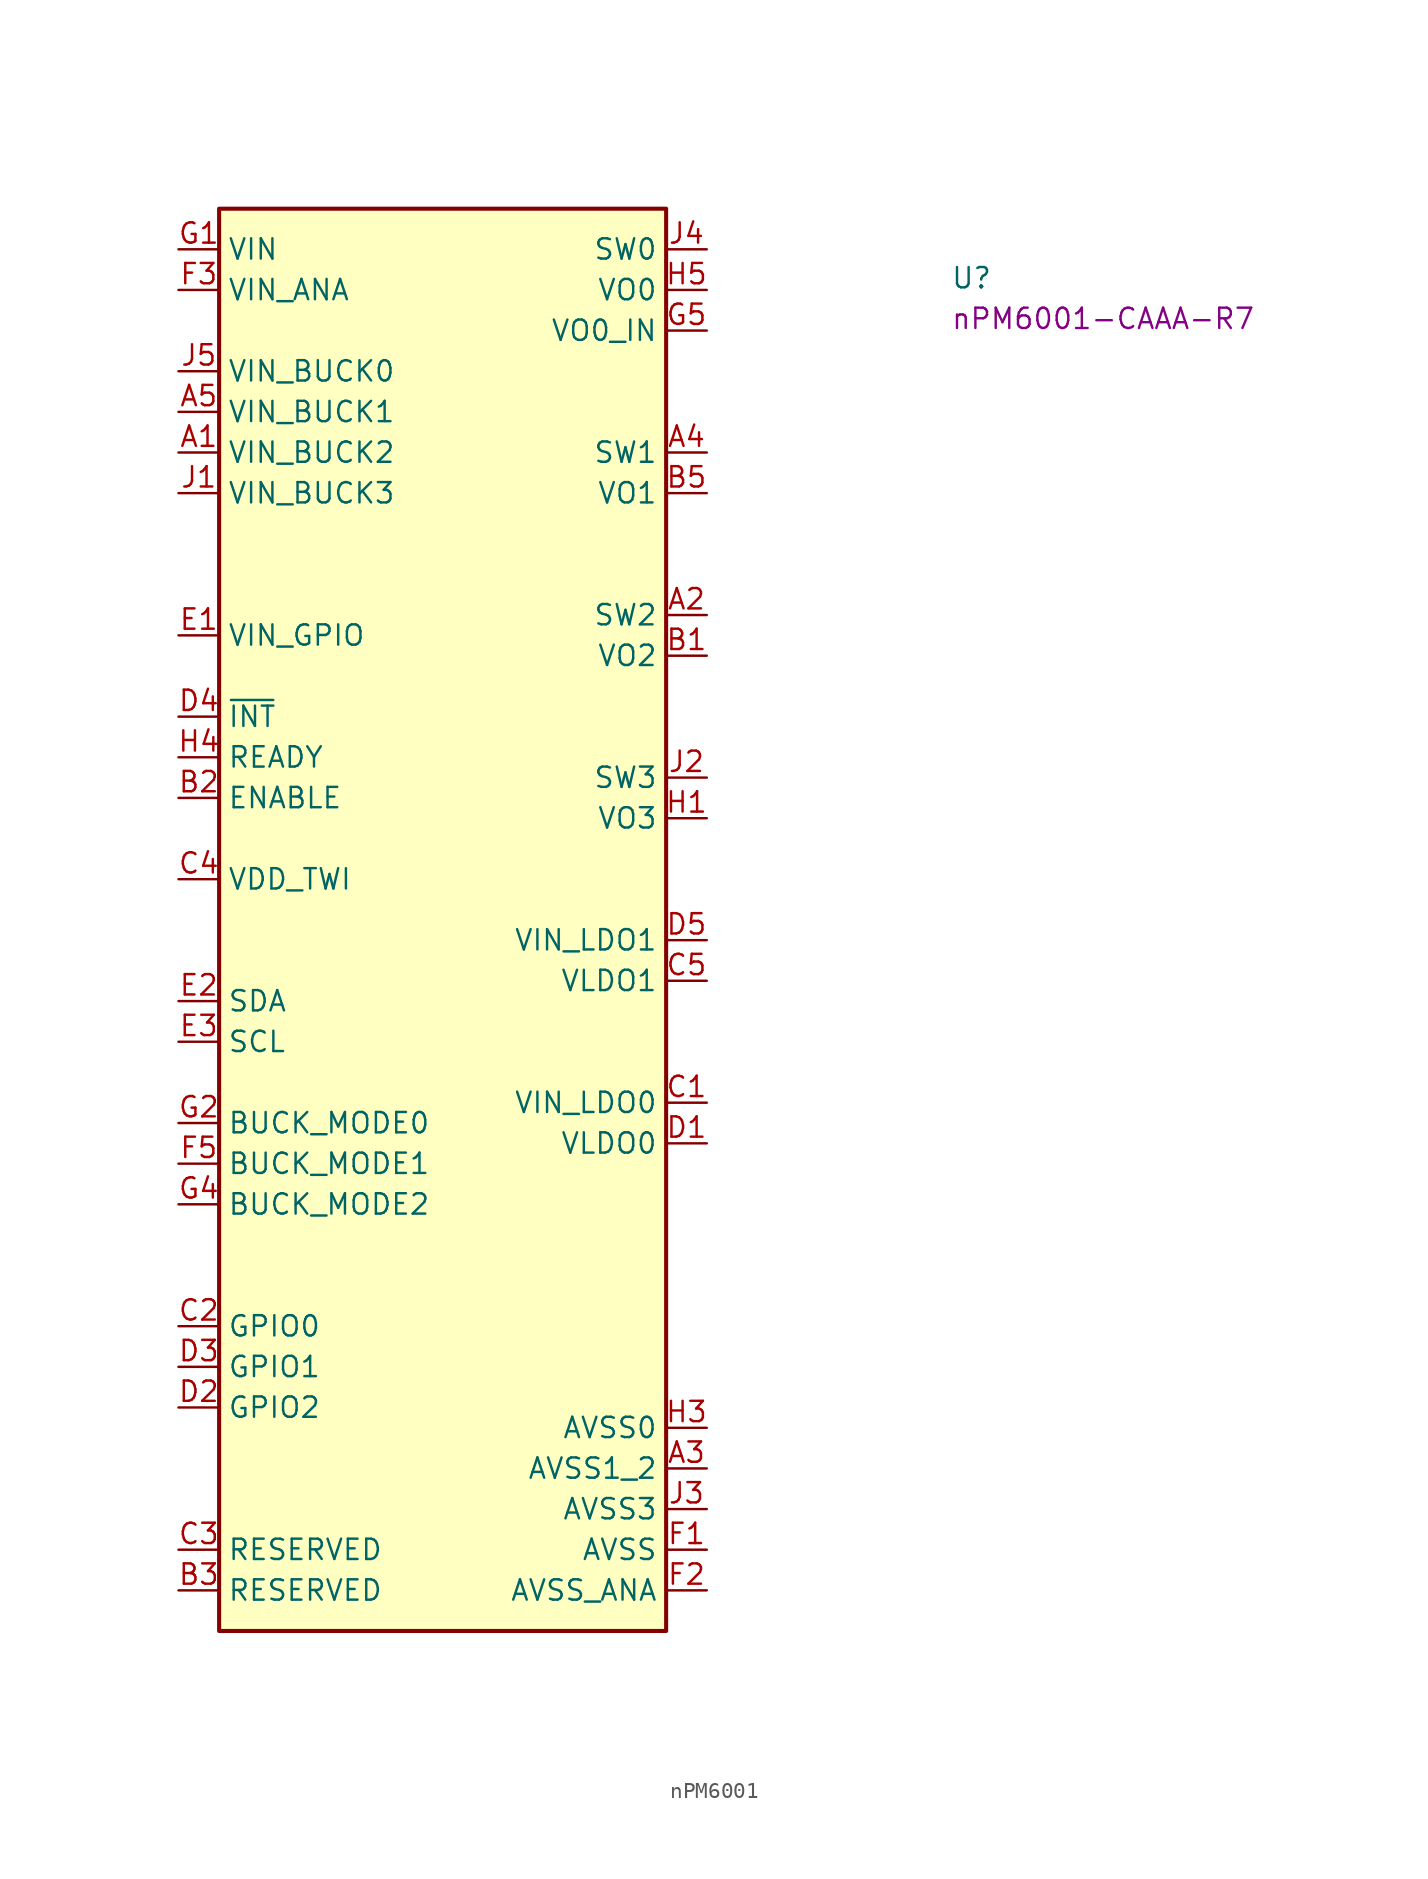
<source format=kicad_sym>
(kicad_symbol_lib
  (version 20220914)
  (generator kicad_symbol_editor)
  (symbol "nPM6001"
    (property "Reference" "U"
      (at 48.26 -2.54 0)
      (effects (font (size 1.27 1.27) (thickness 0.15)) (justify left bottom)))
    (property "MPN" "nPM6001-CAAA-R7"
      (at 48.26 -5.08 0)
      (effects (font (size 1.27 1.27) (thickness 0.15)) (justify left bottom)))
    (symbol "nPM6001_1_1"
      (rectangle (start 2.54 2.54) (end 30.48 -86.36) (stroke (width 0.254) (type default)) (fill (type background)))
      (pin power_in line (at 0 -12.7 0) (length 2.54) (name "VIN_BUCK2" (effects (font (size 1.27 1.27)))) (number "A1" (effects (font (size 1.27 1.27)))))
      (pin passive line (at 33.02 -22.86 180) (length 2.54) (name "SW2" (effects (font (size 1.27 1.27)))) (number "A2" (effects (font (size 1.27 1.27)))))
      (pin power_in line (at 33.02 -76.2 180) (length 2.54) (name "AVSS1_2" (effects (font (size 1.27 1.27)))) (number "A3" (effects (font (size 1.27 1.27)))))
      (pin passive line (at 33.02 -12.7 180) (length 2.54) (name "SW1" (effects (font (size 1.27 1.27)))) (number "A4" (effects (font (size 1.27 1.27)))))
      (pin power_in line (at 0 -10.16 0) (length 2.54) (name "VIN_BUCK1" (effects (font (size 1.27 1.27)))) (number "A5" (effects (font (size 1.27 1.27)))))
      (pin passive line (at 33.02 -25.4 180) (length 2.54) (name "VO2" (effects (font (size 1.27 1.27)))) (number "B1" (effects (font (size 1.27 1.27)))))
      (pin passive line (at 0 -34.29 0) (length 2.54) (name "ENABLE" (effects (font (size 1.27 1.27)))) (number "B2" (effects (font (size 1.27 1.27)))))
      (pin passive line (at 0 -83.82 0) (length 2.54) (name "RESERVED" (effects (font (size 1.27 1.27)))) (number "B3" (effects (font (size 1.27 1.27)))))
      (pin no_connect line (at 2.54 -76.2 0) (length 2.54) hide (name "NC" (effects (font (size 1.27 1.27)))) (number "B4" (effects (font (size 1.27 1.27)))))
      (pin passive line (at 33.02 -15.24 180) (length 2.54) (name "VO1" (effects (font (size 1.27 1.27)))) (number "B5" (effects (font (size 1.27 1.27)))))
      (pin power_in line (at 33.02 -53.34 180) (length 2.54) (name "VIN_LDO0" (effects (font (size 1.27 1.27)))) (number "C1" (effects (font (size 1.27 1.27)))))
      (pin bidirectional line (at 0 -67.31 0) (length 2.54) (name "GPIO0" (effects (font (size 1.27 1.27)))) (number "C2" (effects (font (size 1.27 1.27)))))
      (pin passive line (at 0 -81.28 0) (length 2.54) (name "RESERVED" (effects (font (size 1.27 1.27)))) (number "C3" (effects (font (size 1.27 1.27)))))
      (pin passive line (at 0 -39.37 0) (length 2.54) (name "VDD_TWI" (effects (font (size 1.27 1.27)))) (number "C4" (effects (font (size 1.27 1.27)))))
      (pin passive line (at 33.02 -45.72 180) (length 2.54) (name "VLDO1" (effects (font (size 1.27 1.27)))) (number "C5" (effects (font (size 1.27 1.27)))))
      (pin passive line (at 33.02 -55.88 180) (length 2.54) (name "VLDO0" (effects (font (size 1.27 1.27)))) (number "D1" (effects (font (size 1.27 1.27)))))
      (pin bidirectional line (at 0 -72.39 0) (length 2.54) (name "GPIO2" (effects (font (size 1.27 1.27)))) (number "D2" (effects (font (size 1.27 1.27)))))
      (pin bidirectional line (at 0 -69.85 0) (length 2.54) (name "GPIO1" (effects (font (size 1.27 1.27)))) (number "D3" (effects (font (size 1.27 1.27)))))
      (pin input line (at 0 -29.21 0) (length 2.54) (name "~{INT}" (effects (font (size 1.27 1.27)))) (number "D4" (effects (font (size 1.27 1.27)))))
      (pin power_in line (at 33.02 -43.18 180) (length 2.54) (name "VIN_LDO1" (effects (font (size 1.27 1.27)))) (number "D5" (effects (font (size 1.27 1.27)))))
      (pin power_in line (at 0 -24.13 0) (length 2.54) (name "VIN_GPIO" (effects (font (size 1.27 1.27)))) (number "E1" (effects (font (size 1.27 1.27)))))
      (pin bidirectional line (at 0 -46.99 0) (length 2.54) (name "SDA" (effects (font (size 1.27 1.27)))) (number "E2" (effects (font (size 1.27 1.27)))))
      (pin input line (at 0 -49.53 0) (length 2.54) (name "SCL" (effects (font (size 1.27 1.27)))) (number "E3" (effects (font (size 1.27 1.27)))))
      (pin no_connect line (at 2.54 -78.74 0) (length 2.54) hide (name "NC" (effects (font (size 1.27 1.27)))) (number "E4" (effects (font (size 1.27 1.27)))))
      (pin passive line (at 0 -83.82 0) (length 2.54) hide (name "RESERVED" (effects (font (size 1.27 1.27)))) (number "E5" (effects (font (size 1.27 1.27)))))
      (pin power_in line (at 33.02 -81.28 180) (length 2.54) (name "AVSS" (effects (font (size 1.27 1.27)))) (number "F1" (effects (font (size 1.27 1.27)))))
      (pin power_in line (at 33.02 -83.82 180) (length 2.54) (name "AVSS_ANA" (effects (font (size 1.27 1.27)))) (number "F2" (effects (font (size 1.27 1.27)))))
      (pin power_in line (at 0 -2.54 0) (length 2.54) (name "VIN_ANA" (effects (font (size 1.27 1.27)))) (number "F3" (effects (font (size 1.27 1.27)))))
      (pin passive line (at 0 -83.82 0) (length 2.54) hide (name "RESERVED" (effects (font (size 1.27 1.27)))) (number "F4" (effects (font (size 1.27 1.27)))))
      (pin passive line (at 0 -57.15 0) (length 2.54) (name "BUCK_MODE1" (effects (font (size 1.27 1.27)))) (number "F5" (effects (font (size 1.27 1.27)))))
      (pin power_in line (at 0 0 0) (length 2.54) (name "VIN" (effects (font (size 1.27 1.27)))) (number "G1" (effects (font (size 1.27 1.27)))))
      (pin passive line (at 0 -54.61 0) (length 2.54) (name "BUCK_MODE0" (effects (font (size 1.27 1.27)))) (number "G2" (effects (font (size 1.27 1.27)))))
      (pin passive line (at 0 -83.82 0) (length 2.54) hide (name "RESERVED" (effects (font (size 1.27 1.27)))) (number "G3" (effects (font (size 1.27 1.27)))))
      (pin passive line (at 0 -59.69 0) (length 2.54) (name "BUCK_MODE2" (effects (font (size 1.27 1.27)))) (number "G4" (effects (font (size 1.27 1.27)))))
      (pin passive line (at 33.02 -5.08 180) (length 2.54) (name "VO0_IN" (effects (font (size 1.27 1.27)))) (number "G5" (effects (font (size 1.27 1.27)))))
      (pin passive line (at 33.02 -35.56 180) (length 2.54) (name "VO3" (effects (font (size 1.27 1.27)))) (number "H1" (effects (font (size 1.27 1.27)))))
      (pin passive line (at 0 -83.82 0) (length 2.54) hide (name "RESERVED" (effects (font (size 1.27 1.27)))) (number "H2" (effects (font (size 1.27 1.27)))))
      (pin power_in line (at 33.02 -73.66 180) (length 2.54) (name "AVSS0" (effects (font (size 1.27 1.27)))) (number "H3" (effects (font (size 1.27 1.27)))))
      (pin input line (at 0 -31.75 0) (length 2.54) (name "READY" (effects (font (size 1.27 1.27)))) (number "H4" (effects (font (size 1.27 1.27)))))
      (pin passive line (at 33.02 -2.54 180) (length 2.54) (name "VO0" (effects (font (size 1.27 1.27)))) (number "H5" (effects (font (size 1.27 1.27)))))
      (pin power_in line (at 0 -15.24 0) (length 2.54) (name "VIN_BUCK3" (effects (font (size 1.27 1.27)))) (number "J1" (effects (font (size 1.27 1.27)))))
      (pin passive line (at 33.02 -33.02 180) (length 2.54) (name "SW3" (effects (font (size 1.27 1.27)))) (number "J2" (effects (font (size 1.27 1.27)))))
      (pin power_in line (at 33.02 -78.74 180) (length 2.54) (name "AVSS3" (effects (font (size 1.27 1.27)))) (number "J3" (effects (font (size 1.27 1.27)))))
      (pin passive line (at 33.02 0 180) (length 2.54) (name "SW0" (effects (font (size 1.27 1.27)))) (number "J4" (effects (font (size 1.27 1.27)))))
      (pin power_in line (at 0 -7.62 0) (length 2.54) (name "VIN_BUCK0" (effects (font (size 1.27 1.27)))) (number "J5" (effects (font (size 1.27 1.27))))))))
</source>
